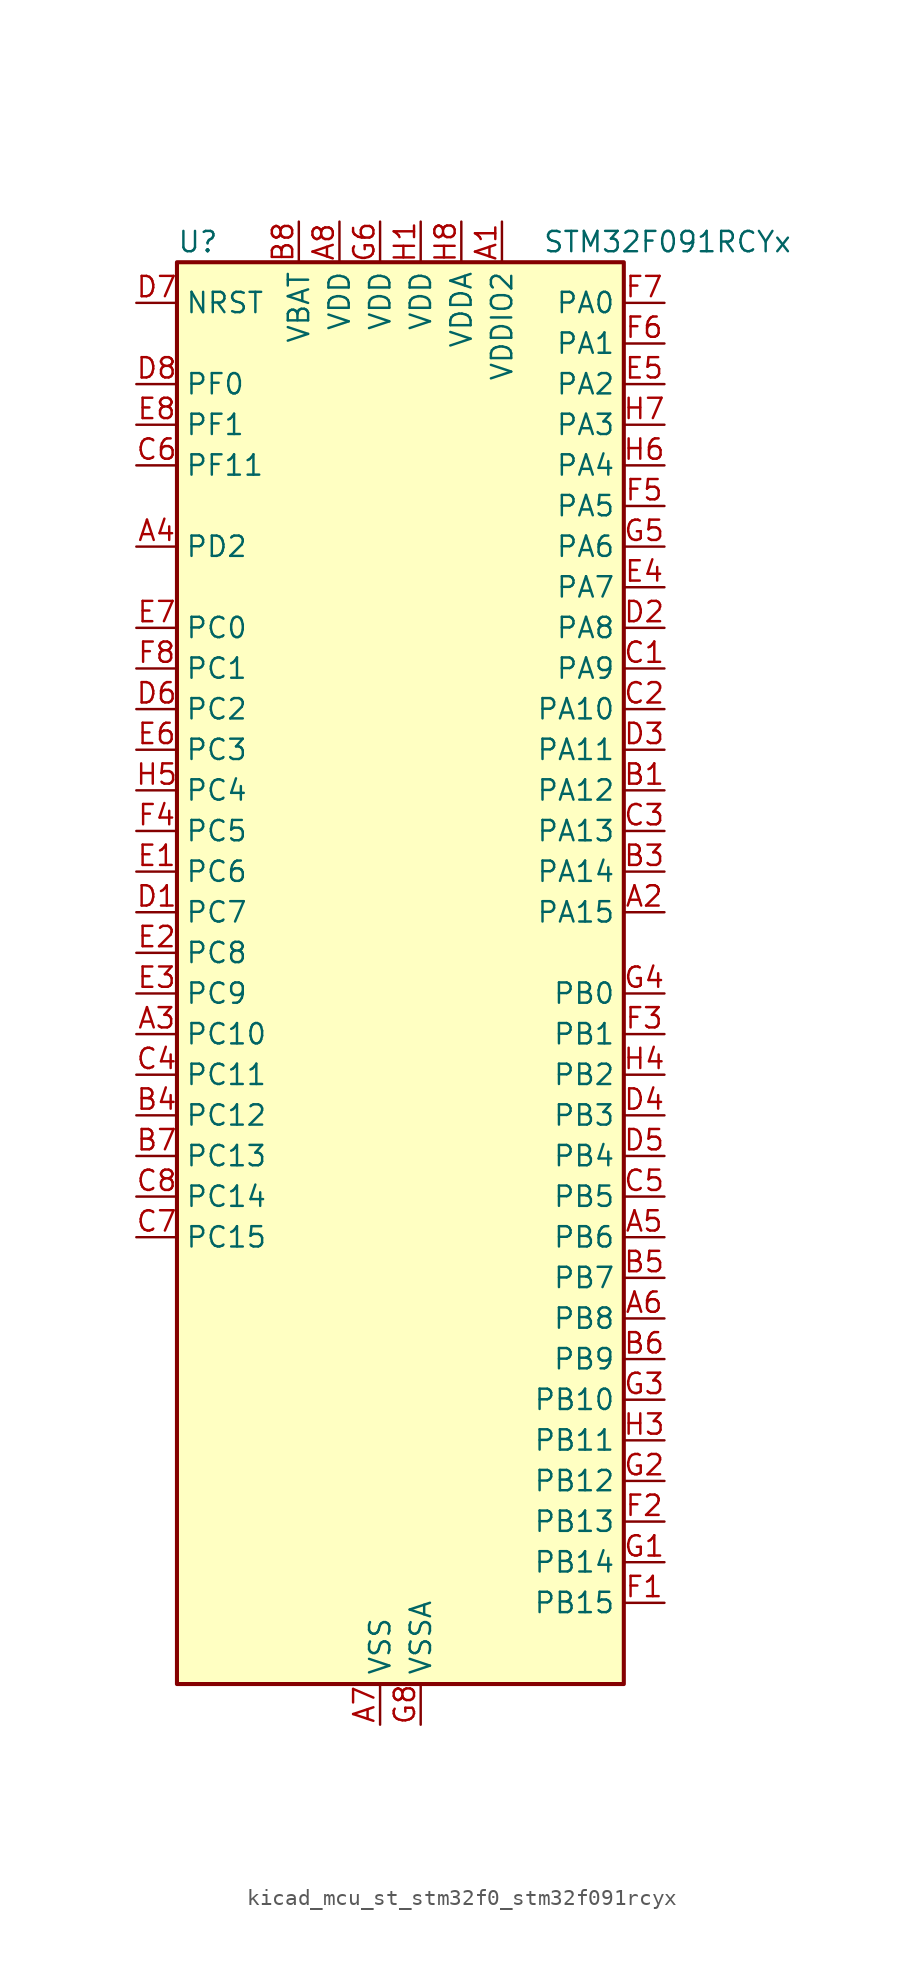
<source format=kicad_sym>
(kicad_symbol_lib
  (version 20220914)
  (generator kicad_symbol_editor)
  (symbol "kicad_mcu_st_stm32f0_stm32f091rcyx"
    (property "Reference" "U"
      (at -12.7 46.99 0)
      (effects (font (size 1.27 1.27)) (justify left)))
    (property "Value" "STM32F091RCYx"
      (at 10.16 46.99 0)
      (effects (font (size 1.27 1.27)) (justify left)))
    (property "ki_locked" ""
      (at 0 0 0)
      (effects (font (size 1.27 1.27))))
    (symbol "kicad_mcu_st_stm32f0_stm32f091rcyx_0_1"
      (rectangle (start -12.7 -43.18) (end 15.24 45.72) (stroke (width 0.254) (type default)) (fill (type background))))
    (symbol "kicad_mcu_st_stm32f0_stm32f091rcyx_1_1"
      (pin power_in line (at 7.62 48.26 270) (length 2.54) (name "VDDIO2" (effects (font (size 1.27 1.27)))) (number "A1" (effects (font (size 1.27 1.27)))))
      (pin bidirectional line (at 17.78 5.08 180) (length 2.54) (name "PA15" (effects (font (size 1.27 1.27)))) (number "A2" (effects (font (size 1.27 1.27)))) (alternate "I2S1_WS" bidirectional line) (alternate "SPI1_NSS" bidirectional line) (alternate "TIM2_CH1" bidirectional line) (alternate "TIM2_ETR" bidirectional line) (alternate "USART2_RX" bidirectional line) (alternate "USART4_DE" bidirectional line) (alternate "USART4_RTS" bidirectional line))
      (pin bidirectional line (at -15.24 -2.54 0) (length 2.54) (name "PC10" (effects (font (size 1.27 1.27)))) (number "A3" (effects (font (size 1.27 1.27)))) (alternate "USART3_TX" bidirectional line) (alternate "USART4_TX" bidirectional line))
      (pin bidirectional line (at -15.24 27.94 0) (length 2.54) (name "PD2" (effects (font (size 1.27 1.27)))) (number "A4" (effects (font (size 1.27 1.27)))) (alternate "TIM3_ETR" bidirectional line) (alternate "USART3_DE" bidirectional line) (alternate "USART3_RTS" bidirectional line) (alternate "USART5_RX" bidirectional line))
      (pin bidirectional line (at 17.78 -15.24 180) (length 2.54) (name "PB6" (effects (font (size 1.27 1.27)))) (number "A5" (effects (font (size 1.27 1.27)))) (alternate "I2C1_SCL" bidirectional line) (alternate "TIM16_CH1N" bidirectional line) (alternate "TSC_G5_IO3" bidirectional line) (alternate "USART1_TX" bidirectional line))
      (pin bidirectional line (at 17.78 -20.32 180) (length 2.54) (name "PB8" (effects (font (size 1.27 1.27)))) (number "A6" (effects (font (size 1.27 1.27)))) (alternate "CAN_RX" bidirectional line) (alternate "CEC" bidirectional line) (alternate "I2C1_SCL" bidirectional line) (alternate "TIM16_CH1" bidirectional line) (alternate "TSC_SYNC" bidirectional line))
      (pin power_in line (at 0 -45.72 90) (length 2.54) (name "VSS" (effects (font (size 1.27 1.27)))) (number "A7" (effects (font (size 1.27 1.27)))))
      (pin power_in line (at -2.54 48.26 270) (length 2.54) (name "VDD" (effects (font (size 1.27 1.27)))) (number "A8" (effects (font (size 1.27 1.27)))))
      (pin bidirectional line (at 17.78 12.7 180) (length 2.54) (name "PA12" (effects (font (size 1.27 1.27)))) (number "B1" (effects (font (size 1.27 1.27)))) (alternate "CAN_TX" bidirectional line) (alternate "COMP2_OUT" bidirectional line) (alternate "I2C2_SDA" bidirectional line) (alternate "TIM1_ETR" bidirectional line) (alternate "TSC_G4_IO4" bidirectional line) (alternate "USART1_DE" bidirectional line) (alternate "USART1_RTS" bidirectional line))
      (pin passive line (at 0 -45.72 90) (length 2.54) hide (name "VSS" (effects (font (size 1.27 1.27)))) (number "B2" (effects (font (size 1.27 1.27)))))
      (pin bidirectional line (at 17.78 7.62 180) (length 2.54) (name "PA14" (effects (font (size 1.27 1.27)))) (number "B3" (effects (font (size 1.27 1.27)))) (alternate "SYS_SWCLK" bidirectional line) (alternate "USART2_TX" bidirectional line))
      (pin bidirectional line (at -15.24 -7.62 0) (length 2.54) (name "PC12" (effects (font (size 1.27 1.27)))) (number "B4" (effects (font (size 1.27 1.27)))) (alternate "USART3_CK" bidirectional line) (alternate "USART4_CK" bidirectional line) (alternate "USART5_TX" bidirectional line))
      (pin bidirectional line (at 17.78 -17.78 180) (length 2.54) (name "PB7" (effects (font (size 1.27 1.27)))) (number "B5" (effects (font (size 1.27 1.27)))) (alternate "I2C1_SDA" bidirectional line) (alternate "TIM17_CH1N" bidirectional line) (alternate "TSC_G5_IO4" bidirectional line) (alternate "USART1_RX" bidirectional line) (alternate "USART4_CTS" bidirectional line))
      (pin bidirectional line (at 17.78 -22.86 180) (length 2.54) (name "PB9" (effects (font (size 1.27 1.27)))) (number "B6" (effects (font (size 1.27 1.27)))) (alternate "CAN_TX" bidirectional line) (alternate "DAC_EXTI9" bidirectional line) (alternate "I2C1_SDA" bidirectional line) (alternate "I2S2_WS" bidirectional line) (alternate "IR_OUT" bidirectional line) (alternate "SPI2_NSS" bidirectional line) (alternate "TIM17_CH1" bidirectional line))
      (pin bidirectional line (at -15.24 -10.16 0) (length 2.54) (name "PC13" (effects (font (size 1.27 1.27)))) (number "B7" (effects (font (size 1.27 1.27)))) (alternate "RTC_OUT_ALARM" bidirectional line) (alternate "RTC_OUT_CALIB" bidirectional line) (alternate "RTC_TAMP1" bidirectional line) (alternate "RTC_TS" bidirectional line) (alternate "SYS_WKUP2" bidirectional line))
      (pin power_in line (at -5.08 48.26 270) (length 2.54) (name "VBAT" (effects (font (size 1.27 1.27)))) (number "B8" (effects (font (size 1.27 1.27)))))
      (pin bidirectional line (at 17.78 20.32 180) (length 2.54) (name "PA9" (effects (font (size 1.27 1.27)))) (number "C1" (effects (font (size 1.27 1.27)))) (alternate "DAC_EXTI9" bidirectional line) (alternate "I2C1_SCL" bidirectional line) (alternate "RCC_MCO" bidirectional line) (alternate "TIM15_BKIN" bidirectional line) (alternate "TIM1_CH2" bidirectional line) (alternate "TSC_G4_IO1" bidirectional line) (alternate "USART1_TX" bidirectional line))
      (pin bidirectional line (at 17.78 17.78 180) (length 2.54) (name "PA10" (effects (font (size 1.27 1.27)))) (number "C2" (effects (font (size 1.27 1.27)))) (alternate "I2C1_SDA" bidirectional line) (alternate "TIM17_BKIN" bidirectional line) (alternate "TIM1_CH3" bidirectional line) (alternate "TSC_G4_IO2" bidirectional line) (alternate "USART1_RX" bidirectional line))
      (pin bidirectional line (at 17.78 10.16 180) (length 2.54) (name "PA13" (effects (font (size 1.27 1.27)))) (number "C3" (effects (font (size 1.27 1.27)))) (alternate "IR_OUT" bidirectional line) (alternate "SYS_SWDIO" bidirectional line))
      (pin bidirectional line (at -15.24 -5.08 0) (length 2.54) (name "PC11" (effects (font (size 1.27 1.27)))) (number "C4" (effects (font (size 1.27 1.27)))) (alternate "USART3_RX" bidirectional line) (alternate "USART4_RX" bidirectional line))
      (pin bidirectional line (at 17.78 -12.7 180) (length 2.54) (name "PB5" (effects (font (size 1.27 1.27)))) (number "C5" (effects (font (size 1.27 1.27)))) (alternate "I2C1_SMBA" bidirectional line) (alternate "I2S1_SD" bidirectional line) (alternate "SPI1_MOSI" bidirectional line) (alternate "SYS_WKUP6" bidirectional line) (alternate "TIM16_BKIN" bidirectional line) (alternate "TIM3_CH2" bidirectional line) (alternate "USART5_CK" bidirectional line) (alternate "USART5_DE" bidirectional line) (alternate "USART5_RTS" bidirectional line))
      (pin bidirectional line (at -15.24 33.02 0) (length 2.54) (name "PF11" (effects (font (size 1.27 1.27)))) (number "C6" (effects (font (size 1.27 1.27)))))
      (pin bidirectional line (at -15.24 -15.24 0) (length 2.54) (name "PC15" (effects (font (size 1.27 1.27)))) (number "C7" (effects (font (size 1.27 1.27)))) (alternate "RCC_OSC32_OUT" bidirectional line))
      (pin bidirectional line (at -15.24 -12.7 0) (length 2.54) (name "PC14" (effects (font (size 1.27 1.27)))) (number "C8" (effects (font (size 1.27 1.27)))) (alternate "RCC_OSC32_IN" bidirectional line))
      (pin bidirectional line (at -15.24 5.08 0) (length 2.54) (name "PC7" (effects (font (size 1.27 1.27)))) (number "D1" (effects (font (size 1.27 1.27)))) (alternate "TIM3_CH2" bidirectional line) (alternate "USART7_RX" bidirectional line))
      (pin bidirectional line (at 17.78 22.86 180) (length 2.54) (name "PA8" (effects (font (size 1.27 1.27)))) (number "D2" (effects (font (size 1.27 1.27)))) (alternate "CRS_SYNC" bidirectional line) (alternate "RCC_MCO" bidirectional line) (alternate "TIM1_CH1" bidirectional line) (alternate "USART1_CK" bidirectional line))
      (pin bidirectional line (at 17.78 15.24 180) (length 2.54) (name "PA11" (effects (font (size 1.27 1.27)))) (number "D3" (effects (font (size 1.27 1.27)))) (alternate "CAN_RX" bidirectional line) (alternate "COMP1_OUT" bidirectional line) (alternate "I2C2_SCL" bidirectional line) (alternate "TIM1_CH4" bidirectional line) (alternate "TSC_G4_IO3" bidirectional line) (alternate "USART1_CTS" bidirectional line))
      (pin bidirectional line (at 17.78 -7.62 180) (length 2.54) (name "PB3" (effects (font (size 1.27 1.27)))) (number "D4" (effects (font (size 1.27 1.27)))) (alternate "I2S1_CK" bidirectional line) (alternate "SPI1_SCK" bidirectional line) (alternate "TIM2_CH2" bidirectional line) (alternate "TSC_G5_IO1" bidirectional line) (alternate "USART5_TX" bidirectional line))
      (pin bidirectional line (at 17.78 -10.16 180) (length 2.54) (name "PB4" (effects (font (size 1.27 1.27)))) (number "D5" (effects (font (size 1.27 1.27)))) (alternate "I2S1_MCK" bidirectional line) (alternate "SPI1_MISO" bidirectional line) (alternate "TIM17_BKIN" bidirectional line) (alternate "TIM3_CH1" bidirectional line) (alternate "TSC_G5_IO2" bidirectional line) (alternate "USART5_RX" bidirectional line))
      (pin bidirectional line (at -15.24 17.78 0) (length 2.54) (name "PC2" (effects (font (size 1.27 1.27)))) (number "D6" (effects (font (size 1.27 1.27)))) (alternate "ADC_IN12" bidirectional line) (alternate "I2S2_MCK" bidirectional line) (alternate "SPI2_MISO" bidirectional line) (alternate "USART8_TX" bidirectional line))
      (pin input line (at -15.24 43.18 0) (length 2.54) (name "NRST" (effects (font (size 1.27 1.27)))) (number "D7" (effects (font (size 1.27 1.27)))))
      (pin bidirectional line (at -15.24 38.1 0) (length 2.54) (name "PF0" (effects (font (size 1.27 1.27)))) (number "D8" (effects (font (size 1.27 1.27)))) (alternate "CRS_SYNC" bidirectional line) (alternate "I2C1_SDA" bidirectional line) (alternate "RCC_OSC_IN" bidirectional line))
      (pin bidirectional line (at -15.24 7.62 0) (length 2.54) (name "PC6" (effects (font (size 1.27 1.27)))) (number "E1" (effects (font (size 1.27 1.27)))) (alternate "TIM3_CH1" bidirectional line) (alternate "USART7_TX" bidirectional line))
      (pin bidirectional line (at -15.24 2.54 0) (length 2.54) (name "PC8" (effects (font (size 1.27 1.27)))) (number "E2" (effects (font (size 1.27 1.27)))) (alternate "TIM3_CH3" bidirectional line) (alternate "USART8_TX" bidirectional line))
      (pin bidirectional line (at -15.24 0 0) (length 2.54) (name "PC9" (effects (font (size 1.27 1.27)))) (number "E3" (effects (font (size 1.27 1.27)))) (alternate "DAC_EXTI9" bidirectional line) (alternate "TIM3_CH4" bidirectional line) (alternate "USART8_RX" bidirectional line))
      (pin bidirectional line (at 17.78 25.4 180) (length 2.54) (name "PA7" (effects (font (size 1.27 1.27)))) (number "E4" (effects (font (size 1.27 1.27)))) (alternate "ADC_IN7" bidirectional line) (alternate "COMP2_OUT" bidirectional line) (alternate "I2S1_SD" bidirectional line) (alternate "SPI1_MOSI" bidirectional line) (alternate "TIM14_CH1" bidirectional line) (alternate "TIM17_CH1" bidirectional line) (alternate "TIM1_CH1N" bidirectional line) (alternate "TIM3_CH2" bidirectional line) (alternate "TSC_G2_IO4" bidirectional line))
      (pin bidirectional line (at 17.78 38.1 180) (length 2.54) (name "PA2" (effects (font (size 1.27 1.27)))) (number "E5" (effects (font (size 1.27 1.27)))) (alternate "ADC_IN2" bidirectional line) (alternate "COMP2_INM" bidirectional line) (alternate "COMP2_OUT" bidirectional line) (alternate "SYS_WKUP4" bidirectional line) (alternate "TIM15_CH1" bidirectional line) (alternate "TIM2_CH3" bidirectional line) (alternate "TSC_G1_IO3" bidirectional line) (alternate "USART2_TX" bidirectional line))
      (pin bidirectional line (at -15.24 15.24 0) (length 2.54) (name "PC3" (effects (font (size 1.27 1.27)))) (number "E6" (effects (font (size 1.27 1.27)))) (alternate "ADC_IN13" bidirectional line) (alternate "I2S2_SD" bidirectional line) (alternate "SPI2_MOSI" bidirectional line) (alternate "USART8_RX" bidirectional line))
      (pin bidirectional line (at -15.24 22.86 0) (length 2.54) (name "PC0" (effects (font (size 1.27 1.27)))) (number "E7" (effects (font (size 1.27 1.27)))) (alternate "ADC_IN10" bidirectional line) (alternate "USART6_TX" bidirectional line) (alternate "USART7_TX" bidirectional line))
      (pin bidirectional line (at -15.24 35.56 0) (length 2.54) (name "PF1" (effects (font (size 1.27 1.27)))) (number "E8" (effects (font (size 1.27 1.27)))) (alternate "I2C1_SCL" bidirectional line) (alternate "RCC_OSC_OUT" bidirectional line))
      (pin bidirectional line (at 17.78 -38.1 180) (length 2.54) (name "PB15" (effects (font (size 1.27 1.27)))) (number "F1" (effects (font (size 1.27 1.27)))) (alternate "I2S2_SD" bidirectional line) (alternate "RTC_REFIN" bidirectional line) (alternate "SPI2_MOSI" bidirectional line) (alternate "SYS_WKUP7" bidirectional line) (alternate "TIM15_CH1N" bidirectional line) (alternate "TIM15_CH2" bidirectional line) (alternate "TIM1_CH3N" bidirectional line))
      (pin bidirectional line (at 17.78 -33.02 180) (length 2.54) (name "PB13" (effects (font (size 1.27 1.27)))) (number "F2" (effects (font (size 1.27 1.27)))) (alternate "I2C2_SCL" bidirectional line) (alternate "I2S2_CK" bidirectional line) (alternate "SPI2_SCK" bidirectional line) (alternate "TIM1_CH1N" bidirectional line) (alternate "TSC_G6_IO3" bidirectional line) (alternate "USART3_CTS" bidirectional line))
      (pin bidirectional line (at 17.78 -2.54 180) (length 2.54) (name "PB1" (effects (font (size 1.27 1.27)))) (number "F3" (effects (font (size 1.27 1.27)))) (alternate "ADC_IN9" bidirectional line) (alternate "TIM14_CH1" bidirectional line) (alternate "TIM1_CH3N" bidirectional line) (alternate "TIM3_CH4" bidirectional line) (alternate "TSC_G3_IO3" bidirectional line) (alternate "USART3_DE" bidirectional line) (alternate "USART3_RTS" bidirectional line))
      (pin bidirectional line (at -15.24 10.16 0) (length 2.54) (name "PC5" (effects (font (size 1.27 1.27)))) (number "F4" (effects (font (size 1.27 1.27)))) (alternate "ADC_IN15" bidirectional line) (alternate "SYS_WKUP5" bidirectional line) (alternate "TSC_G3_IO1" bidirectional line) (alternate "USART3_RX" bidirectional line))
      (pin bidirectional line (at 17.78 30.48 180) (length 2.54) (name "PA5" (effects (font (size 1.27 1.27)))) (number "F5" (effects (font (size 1.27 1.27)))) (alternate "ADC_IN5" bidirectional line) (alternate "CEC" bidirectional line) (alternate "COMP1_INM" bidirectional line) (alternate "COMP2_INM" bidirectional line) (alternate "DAC_OUT2" bidirectional line) (alternate "I2S1_CK" bidirectional line) (alternate "SPI1_SCK" bidirectional line) (alternate "TIM2_CH1" bidirectional line) (alternate "TIM2_ETR" bidirectional line) (alternate "TSC_G2_IO2" bidirectional line) (alternate "USART6_RX" bidirectional line))
      (pin bidirectional line (at 17.78 40.64 180) (length 2.54) (name "PA1" (effects (font (size 1.27 1.27)))) (number "F6" (effects (font (size 1.27 1.27)))) (alternate "ADC_IN1" bidirectional line) (alternate "COMP1_INP" bidirectional line) (alternate "TIM15_CH1N" bidirectional line) (alternate "TIM2_CH2" bidirectional line) (alternate "TSC_G1_IO2" bidirectional line) (alternate "USART2_DE" bidirectional line) (alternate "USART2_RTS" bidirectional line) (alternate "USART4_RX" bidirectional line))
      (pin bidirectional line (at 17.78 43.18 180) (length 2.54) (name "PA0" (effects (font (size 1.27 1.27)))) (number "F7" (effects (font (size 1.27 1.27)))) (alternate "ADC_IN0" bidirectional line) (alternate "COMP1_INM" bidirectional line) (alternate "COMP1_OUT" bidirectional line) (alternate "RTC_TAMP2" bidirectional line) (alternate "SYS_WKUP1" bidirectional line) (alternate "TIM2_CH1" bidirectional line) (alternate "TIM2_ETR" bidirectional line) (alternate "TSC_G1_IO1" bidirectional line) (alternate "USART2_CTS" bidirectional line) (alternate "USART4_TX" bidirectional line))
      (pin bidirectional line (at -15.24 20.32 0) (length 2.54) (name "PC1" (effects (font (size 1.27 1.27)))) (number "F8" (effects (font (size 1.27 1.27)))) (alternate "ADC_IN11" bidirectional line) (alternate "USART6_RX" bidirectional line) (alternate "USART7_RX" bidirectional line))
      (pin bidirectional line (at 17.78 -35.56 180) (length 2.54) (name "PB14" (effects (font (size 1.27 1.27)))) (number "G1" (effects (font (size 1.27 1.27)))) (alternate "I2C2_SDA" bidirectional line) (alternate "I2S2_MCK" bidirectional line) (alternate "SPI2_MISO" bidirectional line) (alternate "TIM15_CH1" bidirectional line) (alternate "TIM1_CH2N" bidirectional line) (alternate "TSC_G6_IO4" bidirectional line) (alternate "USART3_DE" bidirectional line) (alternate "USART3_RTS" bidirectional line))
      (pin bidirectional line (at 17.78 -30.48 180) (length 2.54) (name "PB12" (effects (font (size 1.27 1.27)))) (number "G2" (effects (font (size 1.27 1.27)))) (alternate "I2S2_WS" bidirectional line) (alternate "SPI2_NSS" bidirectional line) (alternate "TIM15_BKIN" bidirectional line) (alternate "TIM1_BKIN" bidirectional line) (alternate "TSC_G6_IO2" bidirectional line) (alternate "USART3_CK" bidirectional line))
      (pin bidirectional line (at 17.78 -25.4 180) (length 2.54) (name "PB10" (effects (font (size 1.27 1.27)))) (number "G3" (effects (font (size 1.27 1.27)))) (alternate "CEC" bidirectional line) (alternate "I2C2_SCL" bidirectional line) (alternate "I2S2_CK" bidirectional line) (alternate "SPI2_SCK" bidirectional line) (alternate "TIM2_CH3" bidirectional line) (alternate "TSC_SYNC" bidirectional line) (alternate "USART3_TX" bidirectional line))
      (pin bidirectional line (at 17.78 0 180) (length 2.54) (name "PB0" (effects (font (size 1.27 1.27)))) (number "G4" (effects (font (size 1.27 1.27)))) (alternate "ADC_IN8" bidirectional line) (alternate "TIM1_CH2N" bidirectional line) (alternate "TIM3_CH3" bidirectional line) (alternate "TSC_G3_IO2" bidirectional line) (alternate "USART3_CK" bidirectional line))
      (pin bidirectional line (at 17.78 27.94 180) (length 2.54) (name "PA6" (effects (font (size 1.27 1.27)))) (number "G5" (effects (font (size 1.27 1.27)))) (alternate "ADC_IN6" bidirectional line) (alternate "COMP1_OUT" bidirectional line) (alternate "I2S1_MCK" bidirectional line) (alternate "SPI1_MISO" bidirectional line) (alternate "TIM16_CH1" bidirectional line) (alternate "TIM1_BKIN" bidirectional line) (alternate "TIM3_CH1" bidirectional line) (alternate "TSC_G2_IO3" bidirectional line) (alternate "USART3_CTS" bidirectional line))
      (pin power_in line (at 0 48.26 270) (length 2.54) (name "VDD" (effects (font (size 1.27 1.27)))) (number "G6" (effects (font (size 1.27 1.27)))))
      (pin passive line (at 0 -45.72 90) (length 2.54) hide (name "VSS" (effects (font (size 1.27 1.27)))) (number "G7" (effects (font (size 1.27 1.27)))))
      (pin power_in line (at 2.54 -45.72 90) (length 2.54) (name "VSSA" (effects (font (size 1.27 1.27)))) (number "G8" (effects (font (size 1.27 1.27)))))
      (pin power_in line (at 2.54 48.26 270) (length 2.54) (name "VDD" (effects (font (size 1.27 1.27)))) (number "H1" (effects (font (size 1.27 1.27)))))
      (pin passive line (at 0 -45.72 90) (length 2.54) hide (name "VSS" (effects (font (size 1.27 1.27)))) (number "H2" (effects (font (size 1.27 1.27)))))
      (pin bidirectional line (at 17.78 -27.94 180) (length 2.54) (name "PB11" (effects (font (size 1.27 1.27)))) (number "H3" (effects (font (size 1.27 1.27)))) (alternate "I2C2_SDA" bidirectional line) (alternate "TIM2_CH4" bidirectional line) (alternate "TSC_G6_IO1" bidirectional line) (alternate "USART3_RX" bidirectional line))
      (pin bidirectional line (at 17.78 -5.08 180) (length 2.54) (name "PB2" (effects (font (size 1.27 1.27)))) (number "H4" (effects (font (size 1.27 1.27)))) (alternate "TSC_G3_IO4" bidirectional line))
      (pin bidirectional line (at -15.24 12.7 0) (length 2.54) (name "PC4" (effects (font (size 1.27 1.27)))) (number "H5" (effects (font (size 1.27 1.27)))) (alternate "ADC_IN14" bidirectional line) (alternate "USART3_TX" bidirectional line))
      (pin bidirectional line (at 17.78 33.02 180) (length 2.54) (name "PA4" (effects (font (size 1.27 1.27)))) (number "H6" (effects (font (size 1.27 1.27)))) (alternate "ADC_IN4" bidirectional line) (alternate "COMP1_INM" bidirectional line) (alternate "COMP2_INM" bidirectional line) (alternate "DAC_OUT1" bidirectional line) (alternate "I2S1_WS" bidirectional line) (alternate "SPI1_NSS" bidirectional line) (alternate "TIM14_CH1" bidirectional line) (alternate "TSC_G2_IO1" bidirectional line) (alternate "USART2_CK" bidirectional line) (alternate "USART6_TX" bidirectional line))
      (pin bidirectional line (at 17.78 35.56 180) (length 2.54) (name "PA3" (effects (font (size 1.27 1.27)))) (number "H7" (effects (font (size 1.27 1.27)))) (alternate "ADC_IN3" bidirectional line) (alternate "COMP2_INP" bidirectional line) (alternate "TIM15_CH2" bidirectional line) (alternate "TIM2_CH4" bidirectional line) (alternate "TSC_G1_IO4" bidirectional line) (alternate "USART2_RX" bidirectional line))
      (pin power_in line (at 5.08 48.26 270) (length 2.54) (name "VDDA" (effects (font (size 1.27 1.27)))) (number "H8" (effects (font (size 1.27 1.27))))))))
</source>
